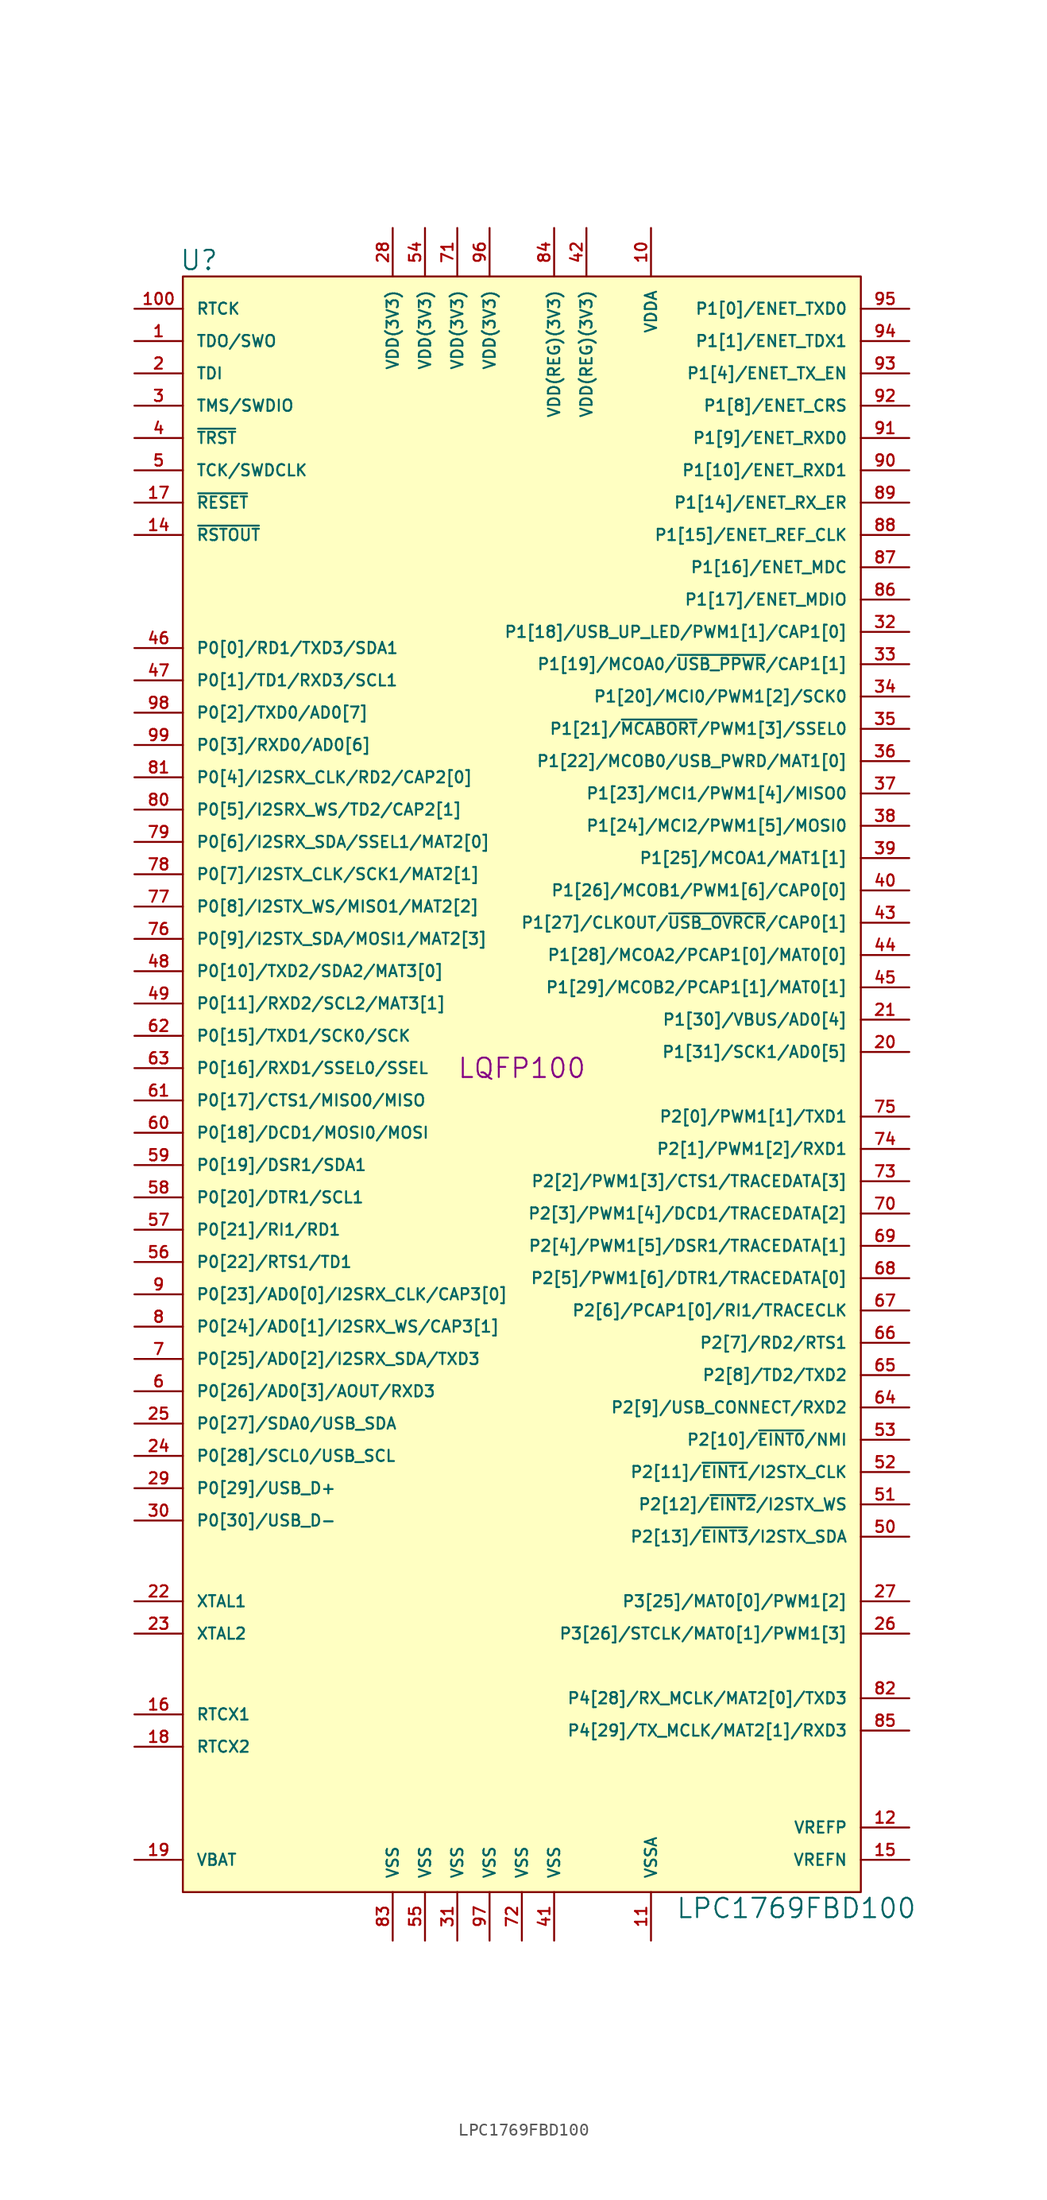
<source format=kicad_sym>
(kicad_symbol_lib
  (version 20211014)
  (generator kicad_symbol_editor)
  (symbol "LPC1769FBD100"
    (pin_names
      (offset 1.016))
    (property "Reference" "U"
      (at -25.4 63.5 0)
      (effects (font (size 1.524 1.524))))
    (property "Value" "LPC1769FBD100"
      (at 21.59 -66.04 0)
      (effects (font (size 1.524 1.524))))
    (property "Footprint" "LQFP100"
      (at 0 0 0)
      (effects (font (size 1.524 1.524))))
    (property "Datasheet" ""
      (at 0 0 0)
      (effects (font (size 1.524 1.524))))
    (symbol "LPC1769FBD100_0_1"
      (rectangle (start -26.67 62.23) (end 26.67 -64.77) (stroke (width 0) (type default) (color 0 0 0 0)) (fill (type background))))
    (symbol "LPC1769FBD100_1_1"
      (pin output line (at -30.48 57.15 0) (length 3.81) (name "TDO/SWO" (effects (font (size 0.889 0.889)))) (number "1" (effects (font (size 0.889 0.889)))))
      (pin input line (at 10.16 66.04 270) (length 3.81) (name "VDDA" (effects (font (size 0.889 0.889)))) (number "10" (effects (font (size 0.889 0.889)))))
      (pin output line (at -30.48 59.69 0) (length 3.81) (name "RTCK" (effects (font (size 0.889 0.889)))) (number "100" (effects (font (size 0.889 0.889)))))
      (pin power_in line (at 10.16 -68.58 90) (length 3.81) (name "VSSA" (effects (font (size 0.889 0.889)))) (number "11" (effects (font (size 0.889 0.889)))))
      (pin power_in line (at 30.48 -59.69 180) (length 3.81) (name "VREFP" (effects (font (size 0.889 0.889)))) (number "12" (effects (font (size 0.889 0.889)))))
      (pin output line (at -30.48 41.91 0) (length 3.81) (name "~{RSTOUT}" (effects (font (size 0.889 0.889)))) (number "14" (effects (font (size 0.889 0.889)))))
      (pin power_in line (at 30.48 -62.23 180) (length 3.81) (name "VREFN" (effects (font (size 0.889 0.889)))) (number "15" (effects (font (size 0.889 0.889)))))
      (pin input line (at -30.48 -50.8 0) (length 3.81) (name "RTCX1" (effects (font (size 0.889 0.889)))) (number "16" (effects (font (size 0.889 0.889)))))
      (pin input line (at -30.48 44.45 0) (length 3.81) (name "~{RESET}" (effects (font (size 0.889 0.889)))) (number "17" (effects (font (size 0.889 0.889)))))
      (pin output line (at -30.48 -53.34 0) (length 3.81) (name "RTCX2" (effects (font (size 0.889 0.889)))) (number "18" (effects (font (size 0.889 0.889)))))
      (pin input line (at -30.48 -62.23 0) (length 3.81) (name "VBAT" (effects (font (size 0.889 0.889)))) (number "19" (effects (font (size 0.889 0.889)))))
      (pin input line (at -30.48 54.61 0) (length 3.81) (name "TDI" (effects (font (size 0.889 0.889)))) (number "2" (effects (font (size 0.889 0.889)))))
      (pin bidirectional line (at 30.48 1.27 180) (length 3.81) (name "P1[31]/SCK1/AD0[5]" (effects (font (size 0.889 0.889)))) (number "20" (effects (font (size 0.889 0.889)))))
      (pin bidirectional line (at 30.48 3.81 180) (length 3.81) (name "P1[30]/VBUS/AD0[4]" (effects (font (size 0.889 0.889)))) (number "21" (effects (font (size 0.889 0.889)))))
      (pin input line (at -30.48 -41.91 0) (length 3.81) (name "XTAL1" (effects (font (size 0.889 0.889)))) (number "22" (effects (font (size 0.889 0.889)))))
      (pin input line (at -30.48 -44.45 0) (length 3.81) (name "XTAL2" (effects (font (size 0.889 0.889)))) (number "23" (effects (font (size 0.889 0.889)))))
      (pin bidirectional line (at -30.48 -30.48 0) (length 3.81) (name "P0[28]/SCL0/USB_SCL" (effects (font (size 0.889 0.889)))) (number "24" (effects (font (size 0.889 0.889)))))
      (pin bidirectional line (at -30.48 -27.94 0) (length 3.81) (name "P0[27]/SDA0/USB_SDA" (effects (font (size 0.889 0.889)))) (number "25" (effects (font (size 0.889 0.889)))))
      (pin bidirectional line (at 30.48 -44.45 180) (length 3.81) (name "P3[26]/STCLK/MAT0[1]/PWM1[3]" (effects (font (size 0.889 0.889)))) (number "26" (effects (font (size 0.889 0.889)))))
      (pin bidirectional line (at 30.48 -41.91 180) (length 3.81) (name "P3[25]/MAT0[0]/PWM1[2]" (effects (font (size 0.889 0.889)))) (number "27" (effects (font (size 0.889 0.889)))))
      (pin power_in line (at -10.16 66.04 270) (length 3.81) (name "VDD(3V3)" (effects (font (size 0.889 0.889)))) (number "28" (effects (font (size 0.889 0.889)))))
      (pin bidirectional line (at -30.48 -33.02 0) (length 3.81) (name "P0[29]/USB_D+" (effects (font (size 0.889 0.889)))) (number "29" (effects (font (size 0.889 0.889)))))
      (pin bidirectional line (at -30.48 52.07 0) (length 3.81) (name "TMS/SWDIO" (effects (font (size 0.889 0.889)))) (number "3" (effects (font (size 0.889 0.889)))))
      (pin bidirectional line (at -30.48 -35.56 0) (length 3.81) (name "P0[30]/USB_D-" (effects (font (size 0.889 0.889)))) (number "30" (effects (font (size 0.889 0.889)))))
      (pin power_in line (at -5.08 -68.58 90) (length 3.81) (name "VSS" (effects (font (size 0.889 0.889)))) (number "31" (effects (font (size 0.889 0.889)))))
      (pin bidirectional line (at 30.48 34.29 180) (length 3.81) (name "P1[18]/USB_UP_LED/PWM1[1]/CAP1[0]" (effects (font (size 0.889 0.889)))) (number "32" (effects (font (size 0.889 0.889)))))
      (pin bidirectional line (at 30.48 31.75 180) (length 3.81) (name "P1[19]/MCOA0/~{USB_PPWR}/CAP1[1]" (effects (font (size 0.889 0.889)))) (number "33" (effects (font (size 0.889 0.889)))))
      (pin bidirectional line (at 30.48 29.21 180) (length 3.81) (name "P1[20]/MCI0/PWM1[2]/SCK0" (effects (font (size 0.889 0.889)))) (number "34" (effects (font (size 0.889 0.889)))))
      (pin bidirectional line (at 30.48 26.67 180) (length 3.81) (name "P1[21]/~{MCABORT}/PWM1[3]/SSEL0" (effects (font (size 0.889 0.889)))) (number "35" (effects (font (size 0.889 0.889)))))
      (pin bidirectional line (at 30.48 24.13 180) (length 3.81) (name "P1[22]/MCOB0/USB_PWRD/MAT1[0]" (effects (font (size 0.889 0.889)))) (number "36" (effects (font (size 0.889 0.889)))))
      (pin bidirectional line (at 30.48 21.59 180) (length 3.81) (name "P1[23]/MCI1/PWM1[4]/MISO0" (effects (font (size 0.889 0.889)))) (number "37" (effects (font (size 0.889 0.889)))))
      (pin bidirectional line (at 30.48 19.05 180) (length 3.81) (name "P1[24]/MCI2/PWM1[5]/MOSI0" (effects (font (size 0.889 0.889)))) (number "38" (effects (font (size 0.889 0.889)))))
      (pin bidirectional line (at 30.48 16.51 180) (length 3.81) (name "P1[25]/MCOA1/MAT1[1]" (effects (font (size 0.889 0.889)))) (number "39" (effects (font (size 0.889 0.889)))))
      (pin input line (at -30.48 49.53 0) (length 3.81) (name "~{TRST}" (effects (font (size 0.889 0.889)))) (number "4" (effects (font (size 0.889 0.889)))))
      (pin bidirectional line (at 30.48 13.97 180) (length 3.81) (name "P1[26]/MCOB1/PWM1[6]/CAP0[0]" (effects (font (size 0.889 0.889)))) (number "40" (effects (font (size 0.889 0.889)))))
      (pin power_in line (at 2.54 -68.58 90) (length 3.81) (name "VSS" (effects (font (size 0.889 0.889)))) (number "41" (effects (font (size 0.889 0.889)))))
      (pin power_in line (at 5.08 66.04 270) (length 3.81) (name "VDD(REG)(3V3)" (effects (font (size 0.889 0.889)))) (number "42" (effects (font (size 0.889 0.889)))))
      (pin bidirectional line (at 30.48 11.43 180) (length 3.81) (name "P1[27]/CLKOUT/~{USB_OVRCR}/CAP0[1]" (effects (font (size 0.889 0.889)))) (number "43" (effects (font (size 0.889 0.889)))))
      (pin bidirectional line (at 30.48 8.89 180) (length 3.81) (name "P1[28]/MCOA2/PCAP1[0]/MAT0[0]" (effects (font (size 0.889 0.889)))) (number "44" (effects (font (size 0.889 0.889)))))
      (pin bidirectional line (at 30.48 6.35 180) (length 3.81) (name "P1[29]/MCOB2/PCAP1[1]/MAT0[1]" (effects (font (size 0.889 0.889)))) (number "45" (effects (font (size 0.889 0.889)))))
      (pin bidirectional line (at -30.48 33.02 0) (length 3.81) (name "P0[0]/RD1/TXD3/SDA1" (effects (font (size 0.889 0.889)))) (number "46" (effects (font (size 0.889 0.889)))))
      (pin bidirectional line (at -30.48 30.48 0) (length 3.81) (name "P0[1]/TD1/RXD3/SCL1" (effects (font (size 0.889 0.889)))) (number "47" (effects (font (size 0.889 0.889)))))
      (pin bidirectional line (at -30.48 7.62 0) (length 3.81) (name "P0[10]/TXD2/SDA2/MAT3[0]" (effects (font (size 0.889 0.889)))) (number "48" (effects (font (size 0.889 0.889)))))
      (pin bidirectional line (at -30.48 5.08 0) (length 3.81) (name "P0[11]/RXD2/SCL2/MAT3[1]" (effects (font (size 0.889 0.889)))) (number "49" (effects (font (size 0.889 0.889)))))
      (pin input line (at -30.48 46.99 0) (length 3.81) (name "TCK/SWDCLK" (effects (font (size 0.889 0.889)))) (number "5" (effects (font (size 0.889 0.889)))))
      (pin bidirectional line (at 30.48 -36.83 180) (length 3.81) (name "P2[13]/~{EINT3}/I2STX_SDA" (effects (font (size 0.889 0.889)))) (number "50" (effects (font (size 0.889 0.889)))))
      (pin bidirectional line (at 30.48 -34.29 180) (length 3.81) (name "P2[12]/~{EINT2}/I2STX_WS" (effects (font (size 0.889 0.889)))) (number "51" (effects (font (size 0.889 0.889)))))
      (pin bidirectional line (at 30.48 -31.75 180) (length 3.81) (name "P2[11]/~{EINT1}/I2STX_CLK" (effects (font (size 0.889 0.889)))) (number "52" (effects (font (size 0.889 0.889)))))
      (pin bidirectional line (at 30.48 -29.21 180) (length 3.81) (name "P2[10]/~{EINT0}/NMI" (effects (font (size 0.889 0.889)))) (number "53" (effects (font (size 0.889 0.889)))))
      (pin power_in line (at -7.62 66.04 270) (length 3.81) (name "VDD(3V3)" (effects (font (size 0.889 0.889)))) (number "54" (effects (font (size 0.889 0.889)))))
      (pin power_in line (at -7.62 -68.58 90) (length 3.81) (name "VSS" (effects (font (size 0.889 0.889)))) (number "55" (effects (font (size 0.889 0.889)))))
      (pin bidirectional line (at -30.48 -15.24 0) (length 3.81) (name "P0[22]/RTS1/TD1" (effects (font (size 0.889 0.889)))) (number "56" (effects (font (size 0.889 0.889)))))
      (pin bidirectional line (at -30.48 -12.7 0) (length 3.81) (name "P0[21]/RI1/RD1" (effects (font (size 0.889 0.889)))) (number "57" (effects (font (size 0.889 0.889)))))
      (pin bidirectional line (at -30.48 -10.16 0) (length 3.81) (name "P0[20]/DTR1/SCL1" (effects (font (size 0.889 0.889)))) (number "58" (effects (font (size 0.889 0.889)))))
      (pin bidirectional line (at -30.48 -7.62 0) (length 3.81) (name "P0[19]/DSR1/SDA1" (effects (font (size 0.889 0.889)))) (number "59" (effects (font (size 0.889 0.889)))))
      (pin bidirectional line (at -30.48 -25.4 0) (length 3.81) (name "P0[26]/AD0[3]/AOUT/RXD3" (effects (font (size 0.889 0.889)))) (number "6" (effects (font (size 0.889 0.889)))))
      (pin bidirectional line (at -30.48 -5.08 0) (length 3.81) (name "P0[18]/DCD1/MOSI0/MOSI" (effects (font (size 0.889 0.889)))) (number "60" (effects (font (size 0.889 0.889)))))
      (pin bidirectional line (at -30.48 -2.54 0) (length 3.81) (name "P0[17]/CTS1/MISO0/MISO" (effects (font (size 0.889 0.889)))) (number "61" (effects (font (size 0.889 0.889)))))
      (pin bidirectional line (at -30.48 2.54 0) (length 3.81) (name "P0[15]/TXD1/SCK0/SCK" (effects (font (size 0.889 0.889)))) (number "62" (effects (font (size 0.889 0.889)))))
      (pin bidirectional line (at -30.48 0 0) (length 3.81) (name "P0[16]/RXD1/SSEL0/SSEL" (effects (font (size 0.889 0.889)))) (number "63" (effects (font (size 0.889 0.889)))))
      (pin bidirectional line (at 30.48 -26.67 180) (length 3.81) (name "P2[9]/USB_CONNECT/RXD2" (effects (font (size 0.889 0.889)))) (number "64" (effects (font (size 0.889 0.889)))))
      (pin bidirectional line (at 30.48 -24.13 180) (length 3.81) (name "P2[8]/TD2/TXD2" (effects (font (size 0.889 0.889)))) (number "65" (effects (font (size 0.889 0.889)))))
      (pin bidirectional line (at 30.48 -21.59 180) (length 3.81) (name "P2[7]/RD2/RTS1" (effects (font (size 0.889 0.889)))) (number "66" (effects (font (size 0.889 0.889)))))
      (pin bidirectional line (at 30.48 -19.05 180) (length 3.81) (name "P2[6]/PCAP1[0]/RI1/TRACECLK" (effects (font (size 0.889 0.889)))) (number "67" (effects (font (size 0.889 0.889)))))
      (pin bidirectional line (at 30.48 -16.51 180) (length 3.81) (name "P2[5]/PWM1[6]/DTR1/TRACEDATA[0]" (effects (font (size 0.889 0.889)))) (number "68" (effects (font (size 0.889 0.889)))))
      (pin bidirectional line (at 30.48 -13.97 180) (length 3.81) (name "P2[4]/PWM1[5]/DSR1/TRACEDATA[1]" (effects (font (size 0.889 0.889)))) (number "69" (effects (font (size 0.889 0.889)))))
      (pin bidirectional line (at -30.48 -22.86 0) (length 3.81) (name "P0[25]/AD0[2]/I2SRX_SDA/TXD3" (effects (font (size 0.889 0.889)))) (number "7" (effects (font (size 0.889 0.889)))))
      (pin bidirectional line (at 30.48 -11.43 180) (length 3.81) (name "P2[3]/PWM1[4]/DCD1/TRACEDATA[2]" (effects (font (size 0.889 0.889)))) (number "70" (effects (font (size 0.889 0.889)))))
      (pin power_in line (at -5.08 66.04 270) (length 3.81) (name "VDD(3V3)" (effects (font (size 0.889 0.889)))) (number "71" (effects (font (size 0.889 0.889)))))
      (pin power_in line (at 0 -68.58 90) (length 3.81) (name "VSS" (effects (font (size 0.889 0.889)))) (number "72" (effects (font (size 0.889 0.889)))))
      (pin bidirectional line (at 30.48 -8.89 180) (length 3.81) (name "P2[2]/PWM1[3]/CTS1/TRACEDATA[3]" (effects (font (size 0.889 0.889)))) (number "73" (effects (font (size 0.889 0.889)))))
      (pin bidirectional line (at 30.48 -6.35 180) (length 3.81) (name "P2[1]/PWM1[2]/RXD1" (effects (font (size 0.889 0.889)))) (number "74" (effects (font (size 0.889 0.889)))))
      (pin bidirectional line (at 30.48 -3.81 180) (length 3.81) (name "P2[0]/PWM1[1]/TXD1" (effects (font (size 0.889 0.889)))) (number "75" (effects (font (size 0.889 0.889)))))
      (pin bidirectional line (at -30.48 10.16 0) (length 3.81) (name "P0[9]/I2STX_SDA/MOSI1/MAT2[3]" (effects (font (size 0.889 0.889)))) (number "76" (effects (font (size 0.889 0.889)))))
      (pin bidirectional line (at -30.48 12.7 0) (length 3.81) (name "P0[8]/I2STX_WS/MISO1/MAT2[2]" (effects (font (size 0.889 0.889)))) (number "77" (effects (font (size 0.889 0.889)))))
      (pin bidirectional line (at -30.48 15.24 0) (length 3.81) (name "P0[7]/I2STX_CLK/SCK1/MAT2[1]" (effects (font (size 0.889 0.889)))) (number "78" (effects (font (size 0.889 0.889)))))
      (pin bidirectional line (at -30.48 17.78 0) (length 3.81) (name "P0[6]/I2SRX_SDA/SSEL1/MAT2[0]" (effects (font (size 0.889 0.889)))) (number "79" (effects (font (size 0.889 0.889)))))
      (pin bidirectional line (at -30.48 -20.32 0) (length 3.81) (name "P0[24]/AD0[1]/I2SRX_WS/CAP3[1]" (effects (font (size 0.889 0.889)))) (number "8" (effects (font (size 0.889 0.889)))))
      (pin bidirectional line (at -30.48 20.32 0) (length 3.81) (name "P0[5]/I2SRX_WS/TD2/CAP2[1]" (effects (font (size 0.889 0.889)))) (number "80" (effects (font (size 0.889 0.889)))))
      (pin bidirectional line (at -30.48 22.86 0) (length 3.81) (name "P0[4]/I2SRX_CLK/RD2/CAP2[0]" (effects (font (size 0.889 0.889)))) (number "81" (effects (font (size 0.889 0.889)))))
      (pin bidirectional line (at 30.48 -49.53 180) (length 3.81) (name "P4[28]/RX_MCLK/MAT2[0]/TXD3" (effects (font (size 0.889 0.889)))) (number "82" (effects (font (size 0.889 0.889)))))
      (pin power_in line (at -10.16 -68.58 90) (length 3.81) (name "VSS" (effects (font (size 0.889 0.889)))) (number "83" (effects (font (size 0.889 0.889)))))
      (pin power_in line (at 2.54 66.04 270) (length 3.81) (name "VDD(REG)(3V3)" (effects (font (size 0.889 0.889)))) (number "84" (effects (font (size 0.889 0.889)))))
      (pin bidirectional line (at 30.48 -52.07 180) (length 3.81) (name "P4[29]/TX_MCLK/MAT2[1]/RXD3" (effects (font (size 0.889 0.889)))) (number "85" (effects (font (size 0.889 0.889)))))
      (pin bidirectional line (at 30.48 36.83 180) (length 3.81) (name "P1[17]/ENET_MDIO" (effects (font (size 0.889 0.889)))) (number "86" (effects (font (size 0.889 0.889)))))
      (pin bidirectional line (at 30.48 39.37 180) (length 3.81) (name "P1[16]/ENET_MDC" (effects (font (size 0.889 0.889)))) (number "87" (effects (font (size 0.889 0.889)))))
      (pin bidirectional line (at 30.48 41.91 180) (length 3.81) (name "P1[15]/ENET_REF_CLK" (effects (font (size 0.889 0.889)))) (number "88" (effects (font (size 0.889 0.889)))))
      (pin bidirectional line (at 30.48 44.45 180) (length 3.81) (name "P1[14]/ENET_RX_ER" (effects (font (size 0.889 0.889)))) (number "89" (effects (font (size 0.889 0.889)))))
      (pin bidirectional line (at -30.48 -17.78 0) (length 3.81) (name "P0[23]/AD0[0]/I2SRX_CLK/CAP3[0]" (effects (font (size 0.889 0.889)))) (number "9" (effects (font (size 0.889 0.889)))))
      (pin bidirectional line (at 30.48 46.99 180) (length 3.81) (name "P1[10]/ENET_RXD1" (effects (font (size 0.889 0.889)))) (number "90" (effects (font (size 0.889 0.889)))))
      (pin bidirectional line (at 30.48 49.53 180) (length 3.81) (name "P1[9]/ENET_RXD0" (effects (font (size 0.889 0.889)))) (number "91" (effects (font (size 0.889 0.889)))))
      (pin bidirectional line (at 30.48 52.07 180) (length 3.81) (name "P1[8]/ENET_CRS" (effects (font (size 0.889 0.889)))) (number "92" (effects (font (size 0.889 0.889)))))
      (pin bidirectional line (at 30.48 54.61 180) (length 3.81) (name "P1[4]/ENET_TX_EN" (effects (font (size 0.889 0.889)))) (number "93" (effects (font (size 0.889 0.889)))))
      (pin bidirectional line (at 30.48 57.15 180) (length 3.81) (name "P1[1]/ENET_TDX1" (effects (font (size 0.889 0.889)))) (number "94" (effects (font (size 0.889 0.889)))))
      (pin bidirectional line (at 30.48 59.69 180) (length 3.81) (name "P1[0]/ENET_TXD0" (effects (font (size 0.889 0.889)))) (number "95" (effects (font (size 0.889 0.889)))))
      (pin power_in line (at -2.54 66.04 270) (length 3.81) (name "VDD(3V3)" (effects (font (size 0.889 0.889)))) (number "96" (effects (font (size 0.889 0.889)))))
      (pin power_in line (at -2.54 -68.58 90) (length 3.81) (name "VSS" (effects (font (size 0.889 0.889)))) (number "97" (effects (font (size 0.889 0.889)))))
      (pin bidirectional line (at -30.48 27.94 0) (length 3.81) (name "P0[2]/TXD0/AD0[7]" (effects (font (size 0.889 0.889)))) (number "98" (effects (font (size 0.889 0.889)))))
      (pin bidirectional line (at -30.48 25.4 0) (length 3.81) (name "P0[3]/RXD0/AD0[6]" (effects (font (size 0.889 0.889)))) (number "99" (effects (font (size 0.889 0.889))))))))
</source>
